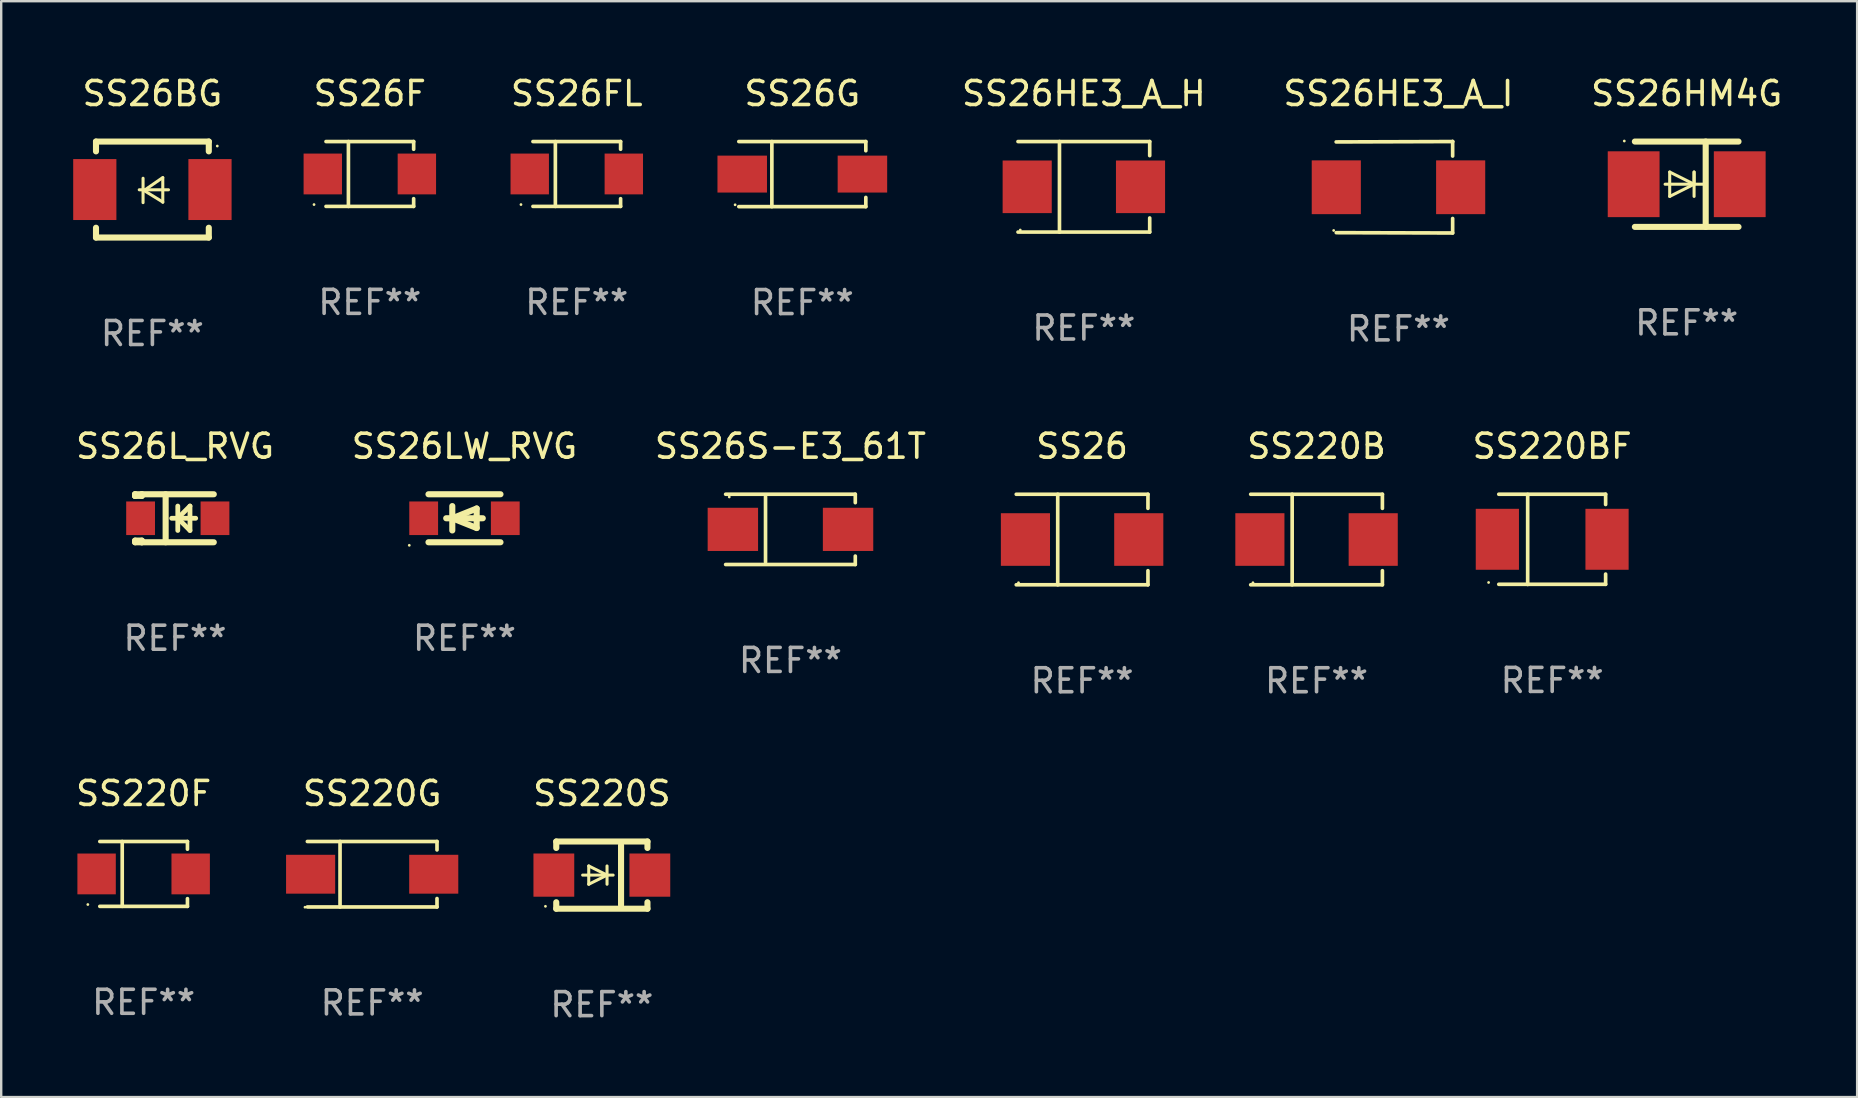
<source format=kicad_pcb>
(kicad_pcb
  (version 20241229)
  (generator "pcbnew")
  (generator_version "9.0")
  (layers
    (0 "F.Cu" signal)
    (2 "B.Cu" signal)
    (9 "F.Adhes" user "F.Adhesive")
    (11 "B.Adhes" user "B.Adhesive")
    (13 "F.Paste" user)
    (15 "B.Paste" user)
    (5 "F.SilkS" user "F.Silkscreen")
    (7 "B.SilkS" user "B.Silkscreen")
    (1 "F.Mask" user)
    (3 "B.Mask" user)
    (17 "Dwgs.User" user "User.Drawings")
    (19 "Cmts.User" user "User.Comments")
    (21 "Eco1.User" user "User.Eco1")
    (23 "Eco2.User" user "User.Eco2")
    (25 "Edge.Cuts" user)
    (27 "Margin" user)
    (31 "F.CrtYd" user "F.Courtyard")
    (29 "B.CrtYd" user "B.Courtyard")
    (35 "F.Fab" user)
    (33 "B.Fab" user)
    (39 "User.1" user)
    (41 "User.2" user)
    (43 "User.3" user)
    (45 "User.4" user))
  (footprint "SS26BG"
    (layer "F.Cu")
    (at 3.3 4.848)
    (property "Reference" "SS26BG" (at 0 -4 0) (layer "F.SilkS") (effects (font (size 1 1) (thickness 0.15))))
    (attr through_hole)
    (fp_line (start -2.35 -2) (end -2.35 -1.591) (stroke (width 0.254) (type solid)) (layer "F.SilkS"))
    (fp_line (start -2.35 -2) (end 2.35 -2) (stroke (width 0.254) (type solid)) (layer "F.SilkS"))
    (fp_line (start -2.35 1.591) (end -2.35 2) (stroke (width 0.254) (type solid)) (layer "F.SilkS"))
    (fp_line (start -2.35 2) (end 2.35 2) (stroke (width 0.254) (type solid)) (layer "F.SilkS"))
    (fp_line (start -0.548 0.01) (end 0.671 0.01) (stroke (width 0.127) (type solid)) (layer "F.SilkS"))
    (fp_line (start -0.389 -0.47) (end -0.389 0.546) (stroke (width 0.127) (type solid)) (layer "F.SilkS"))
    (fp_line (start -0.35 0.04) (end 0.433 0.52) (stroke (width 0.127) (type solid)) (layer "F.SilkS"))
    (fp_line (start 0.433 -0.5) (end -0.35 0.04) (stroke (width 0.127) (type solid)) (layer "F.SilkS"))
    (fp_line (start 0.433 0.53) (end 0.433 -0.486) (stroke (width 0.127) (type solid)) (layer "F.SilkS"))
    (fp_line (start 2.35 -2) (end 2.35 -1.591) (stroke (width 0.254) (type solid)) (layer "F.SilkS"))
    (fp_line (start 2.35 1.591) (end 2.35 2) (stroke (width 0.254) (type solid)) (layer "F.SilkS"))
    (fp_circle (center 2.704 -1.813) (end 2.734 -1.813) (stroke (width 0.06) (type solid)) (fill no) (layer "F.SilkS"))
    (fp_text user "REF**" (at 0 6 0) (layer "F.Fab") (effects (font (size 1 1) (thickness 0.15))))
    (pad "1" smd rect (at 2.4 0) (size 1.8 2.54) (layers "F.Cu" "F.Mask" "F.Paste"))
    (pad "2" smd rect (at -2.4 0) (size 1.8 2.54) (layers "F.Cu" "F.Mask" "F.Paste")))
  (footprint "SS26LW_RVG"
    (layer "F.Cu")
    (at 16.304 18.545)
    (property "Reference" "SS26LW_RVG" (at 0 -3 0) (layer "F.SilkS") (effects (font (size 1 1) (thickness 0.15))))
    (attr through_hole)
    (fp_line (start -1.5 -1) (end 1.5 -1) (stroke (width 0.254) (type solid)) (layer "F.SilkS"))
    (fp_line (start -1.5 1) (end 1.5 1) (stroke (width 0.254) (type solid)) (layer "F.SilkS"))
    (fp_line (start -0.762 0) (end 0.762 0) (stroke (width 0.254) (type solid)) (layer "F.SilkS"))
    (fp_line (start -0.508 -0.508) (end -0.508 0.508) (stroke (width 0.254) (type solid)) (layer "F.SilkS"))
    (fp_line (start -0.508 0) (end 0.508 -0.406) (stroke (width 0.254) (type solid)) (layer "F.SilkS"))
    (fp_line (start 0.508 -0.406) (end 0.508 0.406) (stroke (width 0.254) (type solid)) (layer "F.SilkS"))
    (fp_line (start 0.508 0.406) (end -0.508 0) (stroke (width 0.254) (type solid)) (layer "F.SilkS"))
    (fp_circle (center -2.3 1.127) (end -2.27 1.127) (stroke (width 0.06) (type solid)) (fill no) (layer "F.SilkS"))
    (fp_text user "REF**" (at 0 5 0) (layer "F.Fab") (effects (font (size 1 1) (thickness 0.15))))
    (pad "1" smd rect (at -1.7 0) (size 1.2 1.4) (layers "F.Cu" "F.Mask" "F.Paste"))
    (pad "2" smd rect (at 1.7 0) (size 1.2 1.4) (layers "F.Cu" "F.Mask" "F.Paste")))
  (footprint "SS26L_RVG"
    (layer "F.Cu")
    (at 4.244 18.545)
    (property "Reference" "SS26L_RVG" (at 0 -3 0) (layer "F.SilkS") (effects (font (size 1 1) (thickness 0.15))))
    (attr through_hole)
    (fp_line (start -1.664 -1) (end -1.664 -0.931) (stroke (width 0.254) (type solid)) (layer "F.SilkS"))
    (fp_line (start -1.664 -0.931) (end -1.664 -1) (stroke (width 0.254) (type solid)) (layer "F.SilkS"))
    (fp_line (start -1.664 0.931) (end -1.386 0.931) (stroke (width 0.254) (type solid)) (layer "F.SilkS"))
    (fp_line (start -1.664 1) (end -1.664 0.931) (stroke (width 0.254) (type solid)) (layer "F.SilkS"))
    (fp_line (start -1.386 -1) (end -1.664 -1) (stroke (width 0.254) (type solid)) (layer "F.SilkS"))
    (fp_line (start -1.386 -1) (end -1.386 -0.931) (stroke (width 0.254) (type solid)) (layer "F.SilkS"))
    (fp_line (start -1.386 -1) (end 1.614 -1) (stroke (width 0.254) (type solid)) (layer "F.SilkS"))
    (fp_line (start -1.386 -0.931) (end -1.664 -0.931) (stroke (width 0.254) (type solid)) (layer "F.SilkS"))
    (fp_line (start -1.386 0.931) (end -1.386 1) (stroke (width 0.254) (type solid)) (layer "F.SilkS"))
    (fp_line (start -1.386 1) (end -1.664 1) (stroke (width 0.254) (type solid)) (layer "F.SilkS"))
    (fp_line (start -1.386 1) (end 1.614 1) (stroke (width 0.254) (type solid)) (layer "F.SilkS"))
    (fp_line (start -0.392 -1) (end -0.392 1) (stroke (width 0.254) (type solid)) (layer "F.SilkS"))
    (fp_line (start -0.14 0) (end 0.86 0) (stroke (width 0.2) (type solid)) (layer "F.SilkS"))
    (fp_line (start 0.114 -0.508) (end 0.114 0.508) (stroke (width 0.2) (type solid)) (layer "F.SilkS"))
    (fp_line (start 0.114 0) (end 0.622 -0.508) (stroke (width 0.2) (type solid)) (layer "F.SilkS"))
    (fp_line (start 0.622 -0.508) (end 0.622 0.508) (stroke (width 0.2) (type solid)) (layer "F.SilkS"))
    (fp_line (start 0.622 0.508) (end 0.114 0) (stroke (width 0.2) (type solid)) (layer "F.SilkS"))
    (fp_circle (center -1.692 0.9) (end -1.662 0.9) (stroke (width 0.06) (type solid)) (fill no) (layer "F.SilkS"))
    (fp_text user "REF**" (at 0 5 0) (layer "F.Fab") (effects (font (size 1 1) (thickness 0.15))))
    (pad "1" smd rect (at -1.436 0) (size 1.2 1.4) (layers "F.Cu" "F.Mask" "F.Paste"))
    (pad "2" smd rect (at 1.664 0) (size 1.2 1.4) (layers "F.Cu" "F.Mask" "F.Paste")))
  (footprint "SS220BF"
    (layer "F.Cu")
    (at 61.627 19.424)
    (property "Reference" "SS220BF" (at 0 -3.88 0) (layer "F.SilkS") (effects (font (size 1 1) (thickness 0.15))))
    (attr through_hole)
    (fp_line (start -2.226 -1.88) (end 2.226 -1.88) (stroke (width 0.152) (type solid)) (layer "F.SilkS"))
    (fp_line (start -2.226 1.873) (end 2.226 1.873) (stroke (width 0.152) (type solid)) (layer "F.SilkS"))
    (fp_line (start -1.022 -1.873) (end -1.022 1.88) (stroke (width 0.152) (type solid)) (layer "F.SilkS"))
    (fp_line (start 2.226 -1.88) (end 2.226 -1.453) (stroke (width 0.152) (type solid)) (layer "F.SilkS"))
    (fp_line (start 2.226 1.447) (end 2.226 1.873) (stroke (width 0.152) (type solid)) (layer "F.SilkS"))
    (fp_circle (center -2.65 1.797) (end -2.62 1.797) (stroke (width 0.06) (type solid)) (fill no) (layer "F.SilkS"))
    (fp_text user "REF**" (at 0 5.88 0) (layer "F.Fab") (effects (font (size 1 1) (thickness 0.15))))
    (pad "1" smd rect (at -2.285 -0.003) (size 1.8 2.54) (layers "F.Cu" "F.Mask" "F.Paste"))
    (pad "2" smd rect (at 2.285 -0.003) (size 1.8 2.54) (layers "F.Cu" "F.Mask" "F.Paste")))
  (footprint "SS26"
    (layer "F.Cu")
    (at 42.039 19.431)
    (property "Reference" "SS26" (at 0 -3.886 0) (layer "F.SilkS") (effects (font (size 1 1) (thickness 0.15))))
    (attr through_hole)
    (fp_line (start -2.744 -1.886) (end 2.744 -1.886) (stroke (width 0.152) (type solid)) (layer "F.SilkS"))
    (fp_line (start -2.744 1.886) (end 2.744 1.886) (stroke (width 0.152) (type solid)) (layer "F.SilkS"))
    (fp_line (start -1.016 -1.886) (end -1.016 1.886) (stroke (width 0.152) (type solid)) (layer "F.SilkS"))
    (fp_line (start 2.744 -1.886) (end 2.744 -1.299) (stroke (width 0.152) (type solid)) (layer "F.SilkS"))
    (fp_line (start 2.744 1.886) (end 2.744 1.299) (stroke (width 0.152) (type solid)) (layer "F.SilkS"))
    (fp_circle (center -2.65 1.8) (end -2.62 1.8) (stroke (width 0.06) (type solid)) (fill no) (layer "F.SilkS"))
    (fp_text user "REF**" (at 0 5.886 0) (layer "F.Fab") (effects (font (size 1 1) (thickness 0.15))))
    (pad "1" smd rect (at -2.361 0) (size 2.047 2.192) (layers "F.Cu" "F.Mask" "F.Paste"))
    (pad "2" smd rect (at 2.361 0) (size 2.047 2.192) (layers "F.Cu" "F.Mask" "F.Paste")))
  (footprint "SS26S-E3_61T"
    (layer "F.Cu")
    (at 29.887 19.008)
    (property "Reference" "SS26S-E3_61T" (at 0 -3.464 0) (layer "F.SilkS") (effects (font (size 1 1) (thickness 0.15))))
    (attr through_hole)
    (fp_line (start -2.701 -1.464) (end 2.701 -1.464) (stroke (width 0.152) (type solid)) (layer "F.SilkS"))
    (fp_line (start -2.701 1.464) (end 2.701 1.464) (stroke (width 0.152) (type solid)) (layer "F.SilkS"))
    (fp_line (start -1.039 -1.364) (end -1.039 1.364) (stroke (width 0.152) (type solid)) (layer "F.SilkS"))
    (fp_line (start 2.701 -1.464) (end 2.701 -1.113) (stroke (width 0.152) (type solid)) (layer "F.SilkS"))
    (fp_line (start 2.701 1.464) (end 2.701 1.113) (stroke (width 0.152) (type solid)) (layer "F.SilkS"))
    (fp_circle (center -2.55 -1.35) (end -2.52 -1.35) (stroke (width 0.06) (type solid)) (fill no) (layer "F.SilkS"))
    (fp_text user "REF**" (at 0 5.464 0) (layer "F.Fab") (effects (font (size 1 1) (thickness 0.15))))
    (pad "1" smd rect (at -2.4 0) (size 2.1 1.8) (layers "F.Cu" "F.Mask" "F.Paste"))
    (pad "2" smd rect (at 2.4 0) (size 2.1 1.8) (layers "F.Cu" "F.Mask" "F.Paste")))
  (footprint "SS220F"
    (layer "F.Cu")
    (at 2.935 33.365)
    (property "Reference" "SS220F" (at 0 -3.351 0) (layer "F.SilkS") (effects (font (size 1 1) (thickness 0.15))))
    (attr through_hole)
    (fp_line (start -1.826 -1.351) (end 1.826 -1.351) (stroke (width 0.152) (type solid)) (layer "F.SilkS"))
    (fp_line (start -1.826 1.351) (end 1.826 1.351) (stroke (width 0.152) (type solid)) (layer "F.SilkS"))
    (fp_line (start -0.892 -1.351) (end -0.892 1.351) (stroke (width 0.152) (type solid)) (layer "F.SilkS"))
    (fp_line (start 1.826 -1.351) (end 1.826 -1.03) (stroke (width 0.152) (type solid)) (layer "F.SilkS"))
    (fp_line (start 1.826 1.03) (end 1.826 1.351) (stroke (width 0.152) (type solid)) (layer "F.SilkS"))
    (fp_circle (center -2.325 1.275) (end -2.295 1.275) (stroke (width 0.06) (type solid)) (fill no) (layer "F.SilkS"))
    (fp_text user "REF**" (at 0 5.351 0) (layer "F.Fab") (effects (font (size 1 1) (thickness 0.15))))
    (pad "1" smd rect (at -1.96 0 180) (size 1.6 1.7) (layers "F.Cu" "F.Mask" "F.Paste"))
    (pad "2" smd rect (at 1.96 0 180) (size 1.6 1.7) (layers "F.Cu" "F.Mask" "F.Paste")))
  (footprint "SS26HE3_A_I"
    (layer "F.Cu")
    (at 55.219 4.753)
    (property "Reference" "SS26HE3_A_I" (at 0 -3.905 0) (layer "F.SilkS") (effects (font (size 1 1) (thickness 0.15))))
    (attr through_hole)
    (fp_line (start 2.256 -1.905) (end -2.594 -1.889) (stroke (width 0.152) (type solid)) (layer "F.SilkS"))
    (fp_line (start 2.256 -1.905) (end 2.26 -1.905) (stroke (width 0.152) (type solid)) (layer "F.SilkS"))
    (fp_line (start 2.26 -1.905) (end 2.26 -1.301) (stroke (width 0.152) (type solid)) (layer "F.SilkS"))
    (fp_line (start 2.26 1.301) (end 2.26 1.905) (stroke (width 0.152) (type solid)) (layer "F.SilkS"))
    (fp_line (start 2.26 1.905) (end -2.59 1.892) (stroke (width 0.152) (type solid)) (layer "F.SilkS"))
    (fp_circle (center -2.697 1.8) (end -2.667 1.8) (stroke (width 0.06) (type solid)) (fill no) (layer "F.SilkS"))
    (fp_text user "REF**" (at 0 5.905 0) (layer "F.Fab") (effects (font (size 1 1) (thickness 0.15))))
    (pad "1" smd rect (at -2.588 0) (size 2.047 2.241) (layers "F.Cu" "F.Mask" "F.Paste"))
    (pad "2" smd rect (at 2.594 0) (size 2.047 2.241) (layers "F.Cu" "F.Mask" "F.Paste")))
  (footprint "SS26HE3_A_H"
    (layer "F.Cu")
    (at 42.112 4.734)
    (property "Reference" "SS26HE3_A_H" (at 0 -3.886 0) (layer "F.SilkS") (effects (font (size 1 1) (thickness 0.15))))
    (attr through_hole)
    (fp_line (start -2.744 -1.886) (end 2.744 -1.886) (stroke (width 0.152) (type solid)) (layer "F.SilkS"))
    (fp_line (start -2.744 1.886) (end 2.744 1.886) (stroke (width 0.152) (type solid)) (layer "F.SilkS"))
    (fp_line (start -1.016 -1.886) (end -1.016 1.886) (stroke (width 0.152) (type solid)) (layer "F.SilkS"))
    (fp_line (start 2.744 -1.886) (end 2.744 -1.299) (stroke (width 0.152) (type solid)) (layer "F.SilkS"))
    (fp_line (start 2.744 1.886) (end 2.744 1.299) (stroke (width 0.152) (type solid)) (layer "F.SilkS"))
    (fp_circle (center -2.65 1.8) (end -2.62 1.8) (stroke (width 0.06) (type solid)) (fill no) (layer "F.SilkS"))
    (fp_text user "REF**" (at 0 5.886 0) (layer "F.Fab") (effects (font (size 1 1) (thickness 0.15))))
    (pad "1" smd rect (at -2.361 0) (size 2.047 2.192) (layers "F.Cu" "F.Mask" "F.Paste"))
    (pad "2" smd rect (at 2.361 0) (size 2.047 2.192) (layers "F.Cu" "F.Mask" "F.Paste")))
  (footprint "SS26F"
    (layer "F.Cu")
    (at 12.36 4.199)
    (property "Reference" "SS26F" (at 0 -3.351 0) (layer "F.SilkS") (effects (font (size 1 1) (thickness 0.15))))
    (attr through_hole)
    (fp_line (start -1.826 -1.351) (end 1.826 -1.351) (stroke (width 0.152) (type solid)) (layer "F.SilkS"))
    (fp_line (start -1.826 1.351) (end 1.826 1.351) (stroke (width 0.152) (type solid)) (layer "F.SilkS"))
    (fp_line (start -0.892 -1.351) (end -0.892 1.351) (stroke (width 0.152) (type solid)) (layer "F.SilkS"))
    (fp_line (start 1.826 -1.351) (end 1.826 -1.03) (stroke (width 0.152) (type solid)) (layer "F.SilkS"))
    (fp_line (start 1.826 1.03) (end 1.826 1.351) (stroke (width 0.152) (type solid)) (layer "F.SilkS"))
    (fp_circle (center -2.325 1.275) (end -2.295 1.275) (stroke (width 0.06) (type solid)) (fill no) (layer "F.SilkS"))
    (fp_text user "REF**" (at 0 5.351 0) (layer "F.Fab") (effects (font (size 1 1) (thickness 0.15))))
    (pad "1" smd rect (at -1.96 0 180) (size 1.6 1.7) (layers "F.Cu" "F.Mask" "F.Paste"))
    (pad "2" smd rect (at 1.96 0 180) (size 1.6 1.7) (layers "F.Cu" "F.Mask" "F.Paste")))
  (footprint "SS220S"
    (layer "F.Cu")
    (at 22.028 33.414)
    (property "Reference" "SS220S" (at 0 -3.4 0) (layer "F.SilkS") (effects (font (size 1 1) (thickness 0.15))))
    (attr through_hole)
    (fp_line (start -1.9 -1.4) (end -1.9 -1.131) (stroke (width 0.254) (type solid)) (layer "F.SilkS"))
    (fp_line (start -1.9 -1.4) (end 1.9 -1.4) (stroke (width 0.254) (type solid)) (layer "F.SilkS"))
    (fp_line (start -1.9 1.131) (end -1.9 1.4) (stroke (width 0.254) (type solid)) (layer "F.SilkS"))
    (fp_line (start -1.9 1.4) (end 1.9 1.4) (stroke (width 0.254) (type solid)) (layer "F.SilkS"))
    (fp_line (start -0.8 0) (end 0.47 0) (stroke (width 0.127) (type solid)) (layer "F.SilkS"))
    (fp_line (start -0.546 -0.381) (end 0.216 0) (stroke (width 0.127) (type solid)) (layer "F.SilkS"))
    (fp_line (start -0.546 0) (end -0.546 -0.381) (stroke (width 0.127) (type solid)) (layer "F.SilkS"))
    (fp_line (start -0.546 0) (end -0.546 0.381) (stroke (width 0.127) (type solid)) (layer "F.SilkS"))
    (fp_line (start -0.546 0.381) (end 0.216 0) (stroke (width 0.127) (type solid)) (layer "F.SilkS"))
    (fp_line (start 0.216 0) (end 0.216 -0.381) (stroke (width 0.127) (type solid)) (layer "F.SilkS"))
    (fp_line (start 0.216 0) (end 0.216 0.381) (stroke (width 0.127) (type solid)) (layer "F.SilkS"))
    (fp_line (start 0.8 1.25) (end 0.8 -1.25) (stroke (width 0.254) (type solid)) (layer "F.SilkS"))
    (fp_line (start 1.9 -1.4) (end 1.9 -1.131) (stroke (width 0.254) (type solid)) (layer "F.SilkS"))
    (fp_line (start 1.9 1.131) (end 1.9 1.4) (stroke (width 0.254) (type solid)) (layer "F.SilkS"))
    (fp_circle (center -2.35 1.3) (end -2.32 1.3) (stroke (width 0.06) (type solid)) (fill no) (layer "F.SilkS"))
    (fp_text user "REF**" (at 0 5.4 0) (layer "F.Fab") (effects (font (size 1 1) (thickness 0.15))))
    (pad "1" smd rect (at -2 0 180) (size 1.7 1.8) (layers "F.Cu" "F.Mask" "F.Paste"))
    (pad "2" smd rect (at 2 0 180) (size 1.7 1.8) (layers "F.Cu" "F.Mask" "F.Paste")))
  (footprint "SS220G"
    (layer "F.Cu")
    (at 12.458 33.377)
    (property "Reference" "SS220G" (at 0 -3.364 0) (layer "F.SilkS") (effects (font (size 1 1) (thickness 0.15))))
    (attr through_hole)
    (fp_line (start -2.701 -1.364) (end 2.701 -1.364) (stroke (width 0.152) (type solid)) (layer "F.SilkS"))
    (fp_line (start -2.701 1.364) (end 2.701 1.364) (stroke (width 0.152) (type solid)) (layer "F.SilkS"))
    (fp_line (start -1.339 -1.364) (end -1.339 1.364) (stroke (width 0.152) (type solid)) (layer "F.SilkS"))
    (fp_line (start 2.701 -1.364) (end 2.701 -1.013) (stroke (width 0.152) (type solid)) (layer "F.SilkS"))
    (fp_line (start 2.701 1.364) (end 2.701 1.013) (stroke (width 0.152) (type solid)) (layer "F.SilkS"))
    (fp_circle (center -2.8 1.375) (end -2.77 1.375) (stroke (width 0.06) (type solid)) (fill no) (layer "F.SilkS"))
    (fp_text user "REF**" (at 0 5.364 0) (layer "F.Fab") (effects (font (size 1 1) (thickness 0.15))))
    (pad "1" smd rect (at -2.565 -0.000025) (size 2.046 1.62) (layers "F.Cu" "F.Mask" "F.Paste"))
    (pad "2" smd rect (at 2.565 -0.000025) (size 2.046 1.62) (layers "F.Cu" "F.Mask" "F.Paste")))
  (footprint "SS26G"
    (layer "F.Cu")
    (at 30.381 4.204)
    (property "Reference" "SS26G" (at 0 -3.356 0) (layer "F.SilkS") (effects (font (size 1 1) (thickness 0.15))))
    (attr through_hole)
    (fp_line (start -2.646 -1.356) (end 2.646 -1.356) (stroke (width 0.152) (type solid)) (layer "F.SilkS"))
    (fp_line (start -2.646 1.356) (end 2.646 1.356) (stroke (width 0.152) (type solid)) (layer "F.SilkS"))
    (fp_line (start -1.269 -1.356) (end -1.269 1.356) (stroke (width 0.152) (type solid)) (layer "F.SilkS"))
    (fp_line (start 2.646 -1.356) (end 2.646 -0.973) (stroke (width 0.152) (type solid)) (layer "F.SilkS"))
    (fp_line (start 2.646 1.356) (end 2.646 0.973) (stroke (width 0.152) (type solid)) (layer "F.SilkS"))
    (fp_circle (center -2.8 1.28) (end -2.77 1.28) (stroke (width 0.06) (type solid)) (fill no) (layer "F.SilkS"))
    (fp_text user "REF**" (at 0 5.356 0) (layer "F.Fab") (effects (font (size 1 1) (thickness 0.15))))
    (pad "1" smd rect (at 2.504 0) (size 2.063 1.539) (layers "F.Cu" "F.Mask" "F.Paste"))
    (pad "2" smd rect (at -2.504 0) (size 2.063 1.539) (layers "F.Cu" "F.Mask" "F.Paste")))
  (footprint "SS26FL"
    (layer "F.Cu")
    (at 20.983 4.199)
    (property "Reference" "SS26FL" (at 0 -3.351 0) (layer "F.SilkS") (effects (font (size 1 1) (thickness 0.15))))
    (attr through_hole)
    (fp_line (start -1.826 -1.351) (end 1.826 -1.351) (stroke (width 0.152) (type solid)) (layer "F.SilkS"))
    (fp_line (start -1.826 1.351) (end 1.826 1.351) (stroke (width 0.152) (type solid)) (layer "F.SilkS"))
    (fp_line (start -0.892 -1.351) (end -0.892 1.351) (stroke (width 0.152) (type solid)) (layer "F.SilkS"))
    (fp_line (start 1.826 -1.351) (end 1.826 -1.03) (stroke (width 0.152) (type solid)) (layer "F.SilkS"))
    (fp_line (start 1.826 1.03) (end 1.826 1.351) (stroke (width 0.152) (type solid)) (layer "F.SilkS"))
    (fp_circle (center -2.325 1.275) (end -2.295 1.275) (stroke (width 0.06) (type solid)) (fill no) (layer "F.SilkS"))
    (fp_text user "REF**" (at 0 5.351 0) (layer "F.Fab") (effects (font (size 1 1) (thickness 0.15))))
    (pad "1" smd rect (at -1.96 0 180) (size 1.6 1.7) (layers "F.Cu" "F.Mask" "F.Paste"))
    (pad "2" smd rect (at 1.96 0 180) (size 1.6 1.7) (layers "F.Cu" "F.Mask" "F.Paste")))
  (footprint "SS26HM4G"
    (layer "F.Cu")
    (at 67.231 4.626)
    (property "Reference" "SS26HM4G" (at 0 -3.778 0) (layer "F.SilkS") (effects (font (size 1 1) (thickness 0.15))))
    (attr through_hole)
    (fp_line (start -2.159 -1.778) (end 2.159 -1.778) (stroke (width 0.254) (type solid)) (layer "F.SilkS"))
    (fp_line (start -0.9 0) (end 0.816 0) (stroke (width 0.127) (type solid)) (layer "F.SilkS"))
    (fp_line (start -0.708 -0.508) (end -0.708 0.508) (stroke (width 0.127) (type solid)) (layer "F.SilkS"))
    (fp_line (start -0.708 0.508) (end 0.308 0) (stroke (width 0.127) (type solid)) (layer "F.SilkS"))
    (fp_line (start 0.308 -0.508) (end 0.308 0.508) (stroke (width 0.127) (type solid)) (layer "F.SilkS"))
    (fp_line (start 0.308 0) (end -0.708 -0.508) (stroke (width 0.127) (type solid)) (layer "F.SilkS"))
    (fp_line (start 0.308 0) (end 0.308 -0.508) (stroke (width 0.127) (type solid)) (layer "F.SilkS"))
    (fp_line (start 0.792 -1.778) (end 0.792 1.778) (stroke (width 0.254) (type solid)) (layer "F.SilkS"))
    (fp_line (start 2.159 1.778) (end -2.159 1.778) (stroke (width 0.254) (type solid)) (layer "F.SilkS"))
    (fp_circle (center -2.6 -1.8) (end -2.57 -1.8) (stroke (width 0.06) (type solid)) (fill no) (layer "F.SilkS"))
    (fp_text user "REF**" (at 0 5.778 0) (layer "F.Fab") (effects (font (size 1 1) (thickness 0.15))))
    (pad "1" smd rect (at -2.21 0) (size 2.159 2.743) (layers "F.Cu" "F.Mask" "F.Paste"))
    (pad "2" smd rect (at 2.21 0) (size 2.159 2.743) (layers "F.Cu" "F.Mask" "F.Paste")))
  (footprint "SS220B"
    (layer "F.Cu")
    (at 51.808 19.431)
    (property "Reference" "SS220B" (at 0 -3.886 0) (layer "F.SilkS") (effects (font (size 1 1) (thickness 0.15))))
    (attr through_hole)
    (fp_line (start -2.744 -1.886) (end 2.744 -1.886) (stroke (width 0.152) (type solid)) (layer "F.SilkS"))
    (fp_line (start -2.744 1.886) (end 2.744 1.886) (stroke (width 0.152) (type solid)) (layer "F.SilkS"))
    (fp_line (start -1.016 -1.886) (end -1.016 1.886) (stroke (width 0.152) (type solid)) (layer "F.SilkS"))
    (fp_line (start 2.744 -1.886) (end 2.744 -1.299) (stroke (width 0.152) (type solid)) (layer "F.SilkS"))
    (fp_line (start 2.744 1.886) (end 2.744 1.299) (stroke (width 0.152) (type solid)) (layer "F.SilkS"))
    (fp_circle (center -2.65 1.8) (end -2.62 1.8) (stroke (width 0.06) (type solid)) (fill no) (layer "F.SilkS"))
    (fp_text user "REF**" (at 0 5.886 0) (layer "F.Fab") (effects (font (size 1 1) (thickness 0.15))))
    (pad "1" smd rect (at -2.361 0) (size 2.047 2.192) (layers "F.Cu" "F.Mask" "F.Paste"))
    (pad "2" smd rect (at 2.361 0) (size 2.047 2.192) (layers "F.Cu" "F.Mask" "F.Paste")))
  (gr_rect
    (start -3 -3)
    (end 74.333 42.662)
    (stroke (width 0.1) (type default))
    (fill no)
    (layer "Edge.Cuts")))
</source>
